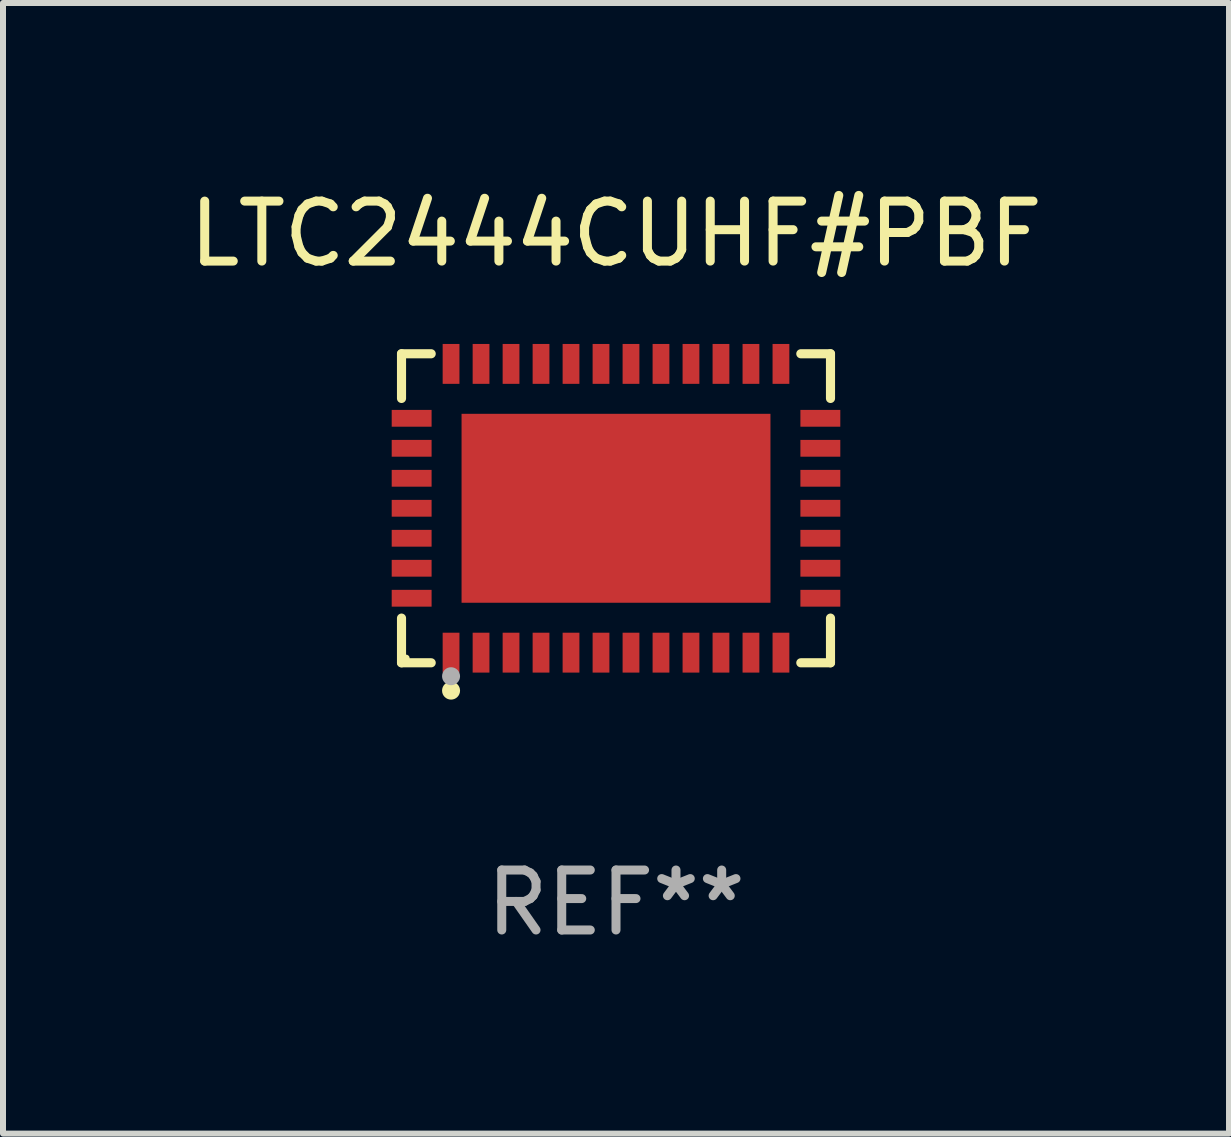
<source format=kicad_pcb>
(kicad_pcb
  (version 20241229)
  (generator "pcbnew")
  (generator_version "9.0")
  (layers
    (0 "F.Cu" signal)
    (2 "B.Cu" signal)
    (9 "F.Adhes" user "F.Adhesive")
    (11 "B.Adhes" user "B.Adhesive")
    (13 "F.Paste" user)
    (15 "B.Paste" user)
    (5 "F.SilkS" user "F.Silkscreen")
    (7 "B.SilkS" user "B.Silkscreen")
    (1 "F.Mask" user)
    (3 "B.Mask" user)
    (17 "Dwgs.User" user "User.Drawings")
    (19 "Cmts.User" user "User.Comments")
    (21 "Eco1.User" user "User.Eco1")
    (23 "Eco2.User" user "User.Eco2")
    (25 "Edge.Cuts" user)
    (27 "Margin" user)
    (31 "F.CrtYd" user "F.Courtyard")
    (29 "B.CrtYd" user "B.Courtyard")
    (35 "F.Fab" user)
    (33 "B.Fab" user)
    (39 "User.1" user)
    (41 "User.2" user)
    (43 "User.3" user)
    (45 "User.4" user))
  (footprint "LTC2444CUHF#PBF"
    (layer "F.Cu")
    (at 7.22 5.424)
    (property "Reference" "LTC2444CUHF#PBF" (at 0 -4.576 0) (layer "F.SilkS") (effects (font (size 1 1) (thickness 0.15))))
    (attr through_hole)
    (fp_line (start -3.576 -2.576) (end -3.081 -2.576) (stroke (width 0.152) (type solid)) (layer "F.SilkS"))
    (fp_line (start -3.576 -1.831) (end -3.576 -2.576) (stroke (width 0.152) (type solid)) (layer "F.SilkS"))
    (fp_line (start -3.576 1.831) (end -3.576 2.576) (stroke (width 0.152) (type solid)) (layer "F.SilkS"))
    (fp_line (start -3.576 2.576) (end -3.081 2.576) (stroke (width 0.152) (type solid)) (layer "F.SilkS"))
    (fp_line (start 3.576 -2.576) (end 3.081 -2.576) (stroke (width 0.152) (type solid)) (layer "F.SilkS"))
    (fp_line (start 3.576 -1.831) (end 3.576 -2.576) (stroke (width 0.152) (type solid)) (layer "F.SilkS"))
    (fp_line (start 3.576 1.831) (end 3.576 2.576) (stroke (width 0.152) (type solid)) (layer "F.SilkS"))
    (fp_line (start 3.576 2.576) (end 3.081 2.576) (stroke (width 0.152) (type solid)) (layer "F.SilkS"))
    (fp_circle (center -3.5 2.5) (end -3.47 2.5) (stroke (width 0.06) (type solid)) (fill no) (layer "F.SilkS"))
    (fp_circle (center -2.75 3.04) (end -2.675 3.04) (stroke (width 0.15) (type solid)) (fill no) (layer "F.SilkS"))
    (fp_circle (center -2.75 2.8) (end -2.675 2.8) (stroke (width 0.15) (type solid)) (fill no) (layer "F.Fab"))
    (fp_text user "REF**" (at 0 6.576 0) (layer "F.Fab") (effects (font (size 1 1) (thickness 0.15))))
    (pad "1" smd rect (at -2.75 2.407) (size 0.28 0.665) (layers "F.Cu" "F.Mask" "F.Paste"))
    (pad "2" smd rect (at -2.25 2.407) (size 0.28 0.665) (layers "F.Cu" "F.Mask" "F.Paste"))
    (pad "3" smd rect (at -1.75 2.407) (size 0.28 0.665) (layers "F.Cu" "F.Mask" "F.Paste"))
    (pad "4" smd rect (at -1.25 2.407) (size 0.28 0.665) (layers "F.Cu" "F.Mask" "F.Paste"))
    (pad "5" smd rect (at -0.75 2.407) (size 0.28 0.665) (layers "F.Cu" "F.Mask" "F.Paste"))
    (pad "6" smd rect (at -0.25 2.407) (size 0.28 0.665) (layers "F.Cu" "F.Mask" "F.Paste"))
    (pad "7" smd rect (at 0.25 2.407) (size 0.28 0.665) (layers "F.Cu" "F.Mask" "F.Paste"))
    (pad "8" smd rect (at 0.75 2.407) (size 0.28 0.665) (layers "F.Cu" "F.Mask" "F.Paste"))
    (pad "9" smd rect (at 1.25 2.407) (size 0.28 0.665) (layers "F.Cu" "F.Mask" "F.Paste"))
    (pad "10" smd rect (at 1.75 2.407) (size 0.28 0.665) (layers "F.Cu" "F.Mask" "F.Paste"))
    (pad "11" smd rect (at 2.25 2.407) (size 0.28 0.665) (layers "F.Cu" "F.Mask" "F.Paste"))
    (pad "12" smd rect (at 2.75 2.407) (size 0.28 0.665) (layers "F.Cu" "F.Mask" "F.Paste"))
    (pad "13" smd rect (at 3.407 1.5) (size 0.665 0.28) (layers "F.Cu" "F.Mask" "F.Paste"))
    (pad "14" smd rect (at 3.407 1) (size 0.665 0.28) (layers "F.Cu" "F.Mask" "F.Paste"))
    (pad "15" smd rect (at 3.407 0.5) (size 0.665 0.28) (layers "F.Cu" "F.Mask" "F.Paste"))
    (pad "16" smd rect (at 3.407 0) (size 0.665 0.28) (layers "F.Cu" "F.Mask" "F.Paste"))
    (pad "17" smd rect (at 3.407 -0.5) (size 0.665 0.28) (layers "F.Cu" "F.Mask" "F.Paste"))
    (pad "18" smd rect (at 3.407 -1) (size 0.665 0.28) (layers "F.Cu" "F.Mask" "F.Paste"))
    (pad "19" smd rect (at 3.407 -1.5) (size 0.665 0.28) (layers "F.Cu" "F.Mask" "F.Paste"))
    (pad "20" smd rect (at 2.75 -2.407) (size 0.28 0.665) (layers "F.Cu" "F.Mask" "F.Paste"))
    (pad "21" smd rect (at 2.25 -2.407) (size 0.28 0.665) (layers "F.Cu" "F.Mask" "F.Paste"))
    (pad "22" smd rect (at 1.75 -2.407) (size 0.28 0.665) (layers "F.Cu" "F.Mask" "F.Paste"))
    (pad "23" smd rect (at 1.25 -2.407) (size 0.28 0.665) (layers "F.Cu" "F.Mask" "F.Paste"))
    (pad "24" smd rect (at 0.75 -2.407) (size 0.28 0.665) (layers "F.Cu" "F.Mask" "F.Paste"))
    (pad "25" smd rect (at 0.25 -2.407) (size 0.28 0.665) (layers "F.Cu" "F.Mask" "F.Paste"))
    (pad "26" smd rect (at -0.25 -2.407) (size 0.28 0.665) (layers "F.Cu" "F.Mask" "F.Paste"))
    (pad "27" smd rect (at -0.75 -2.407) (size 0.28 0.665) (layers "F.Cu" "F.Mask" "F.Paste"))
    (pad "28" smd rect (at -1.25 -2.407) (size 0.28 0.665) (layers "F.Cu" "F.Mask" "F.Paste"))
    (pad "29" smd rect (at -1.75 -2.407) (size 0.28 0.665) (layers "F.Cu" "F.Mask" "F.Paste"))
    (pad "30" smd rect (at -2.25 -2.407) (size 0.28 0.665) (layers "F.Cu" "F.Mask" "F.Paste"))
    (pad "31" smd rect (at -2.75 -2.407) (size 0.28 0.665) (layers "F.Cu" "F.Mask" "F.Paste"))
    (pad "32" smd rect (at -3.407 -1.5) (size 0.665 0.28) (layers "F.Cu" "F.Mask" "F.Paste"))
    (pad "33" smd rect (at -3.407 -1) (size 0.665 0.28) (layers "F.Cu" "F.Mask" "F.Paste"))
    (pad "34" smd rect (at -3.407 -0.5) (size 0.665 0.28) (layers "F.Cu" "F.Mask" "F.Paste"))
    (pad "35" smd rect (at -3.407 0) (size 0.665 0.28) (layers "F.Cu" "F.Mask" "F.Paste"))
    (pad "36" smd rect (at -3.407 0.5) (size 0.665 0.28) (layers "F.Cu" "F.Mask" "F.Paste"))
    (pad "37" smd rect (at -3.407 1) (size 0.665 0.28) (layers "F.Cu" "F.Mask" "F.Paste"))
    (pad "38" smd rect (at -3.407 1.5) (size 0.665 0.28) (layers "F.Cu" "F.Mask" "F.Paste"))
    (pad "39" smd rect (at 0 0) (size 5.15 3.15) (layers "F.Cu" "F.Mask" "F.Paste")))
  (gr_rect
    (start -3 -3)
    (end 17.44 15.849)
    (stroke (width 0.1) (type default))
    (fill no)
    (layer "Edge.Cuts")))
</source>
